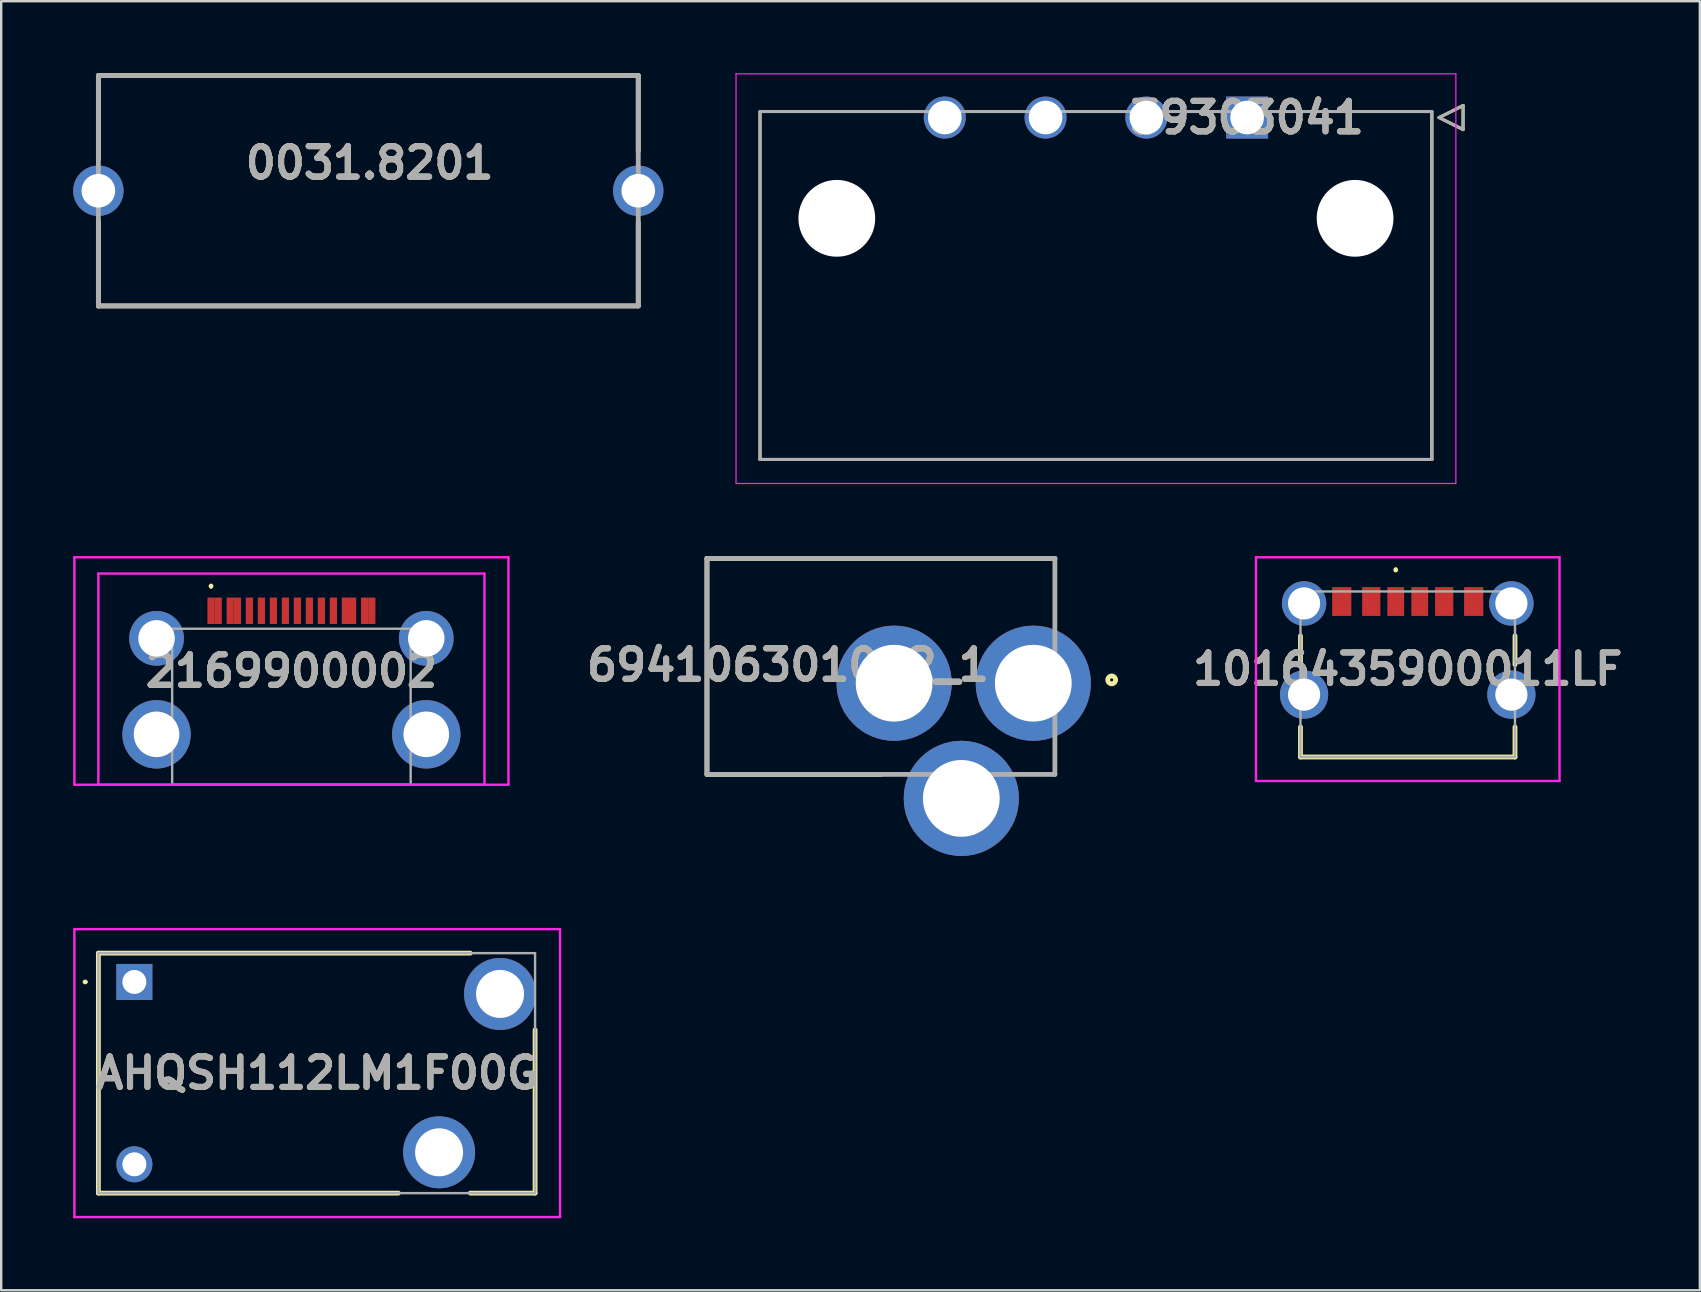
<source format=kicad_pcb>
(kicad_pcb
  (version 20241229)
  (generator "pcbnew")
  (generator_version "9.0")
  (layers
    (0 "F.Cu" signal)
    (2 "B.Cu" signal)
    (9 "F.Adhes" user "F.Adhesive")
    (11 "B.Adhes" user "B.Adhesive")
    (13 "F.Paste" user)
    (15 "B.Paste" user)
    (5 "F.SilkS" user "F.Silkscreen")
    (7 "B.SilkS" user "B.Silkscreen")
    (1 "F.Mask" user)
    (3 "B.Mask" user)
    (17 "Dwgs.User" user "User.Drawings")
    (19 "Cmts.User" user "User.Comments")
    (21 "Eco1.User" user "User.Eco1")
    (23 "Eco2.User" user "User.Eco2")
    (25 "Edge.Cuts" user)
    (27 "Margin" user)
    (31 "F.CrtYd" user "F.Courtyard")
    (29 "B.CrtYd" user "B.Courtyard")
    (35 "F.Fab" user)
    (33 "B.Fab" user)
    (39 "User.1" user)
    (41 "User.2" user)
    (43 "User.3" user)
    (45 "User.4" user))
  (footprint "AHQSH112LM1F00G"
    (layer "F.Cu")
    (at 2.55 37.874)
    (property "Reference" "AHQSH112LM1F00G" (at 7.62 3.8 0) (layer "F.SilkS") (effects (font (size 1.27 1.27) (thickness 0.254))))
    (attr through_hole)
    (fp_line (start -2.1 0) (end -2.1 0) (stroke (width 0.1) (type solid)) (layer "F.SilkS"))
    (fp_line (start -2 0) (end -2 0) (stroke (width 0.1) (type solid)) (layer "F.SilkS"))
    (fp_line (start -1.5 -1.2) (end 14 -1.2) (stroke (width 0.2) (type solid)) (layer "F.SilkS"))
    (fp_line (start -1.5 8.8) (end -1.5 -1.2) (stroke (width 0.2) (type solid)) (layer "F.SilkS"))
    (fp_line (start 11 8.8) (end -1.5 8.8) (stroke (width 0.2) (type solid)) (layer "F.SilkS"))
    (fp_line (start 14 8.8) (end 16.7 8.8) (stroke (width 0.2) (type solid)) (layer "F.SilkS"))
    (fp_line (start 16.7 8.8) (end 16.7 2) (stroke (width 0.2) (type solid)) (layer "F.SilkS"))
    (fp_arc (start -2.1 0) (mid -2.05 -0.05) (end -2 0) (stroke (width 0.1) (type solid)) (layer "F.SilkS"))
    (fp_arc (start -2 0) (mid -2.05 0.05) (end -2.1 0) (stroke (width 0.1) (type solid)) (layer "F.SilkS"))
    (fp_line (start -2.5 -2.2) (end -2.5 9.8) (stroke (width 0.1) (type solid)) (layer "F.CrtYd"))
    (fp_line (start -2.5 9.8) (end 17.74 9.8) (stroke (width 0.1) (type solid)) (layer "F.CrtYd"))
    (fp_line (start 17.74 -2.2) (end -2.5 -2.2) (stroke (width 0.1) (type solid)) (layer "F.CrtYd"))
    (fp_line (start 17.74 9.8) (end 17.74 -2.2) (stroke (width 0.1) (type solid)) (layer "F.CrtYd"))
    (fp_line (start -1.5 -1.2) (end -1.5 8.8) (stroke (width 0.1) (type solid)) (layer "F.Fab"))
    (fp_line (start -1.5 8.8) (end 16.7 8.8) (stroke (width 0.1) (type solid)) (layer "F.Fab"))
    (fp_line (start 16.7 -1.2) (end -1.5 -1.2) (stroke (width 0.1) (type solid)) (layer "F.Fab"))
    (fp_line (start 16.7 8.8) (end 16.7 -1.2) (stroke (width 0.1) (type solid)) (layer "F.Fab"))
    (fp_text user "${REFERENCE}" (at 7.62 3.8 0) (layer "F.Fab") (effects (font (size 1.27 1.27) (thickness 0.254))))
    (pad "1" thru_hole rect (at 0 0) (size 1.5 1.5) (drill 1) (layers "*.Cu" "*.Mask"))
    (pad "2" thru_hole circle (at 0 7.6) (size 1.5 1.5) (drill 1) (layers "*.Cu" "*.Mask"))
    (pad "3" thru_hole circle (at 12.7 7.1) (size 3 3) (drill 2) (layers "*.Cu" "*.Mask"))
    (pad "4" thru_hole circle (at 15.24 0.5) (size 3 3) (drill 2) (layers "*.Cu" "*.Mask")))
  (footprint "2169900002"
    (layer "F.Cu")
    (at 9.095 25.254)
    (property "Reference" "2169900002" (at 0 -0.34 0) (layer "F.SilkS") (effects (font (size 1.27 1.27) (thickness 0.254))))
    (attr through_hole)
    (fp_line (start -3.35 -3.925) (end -3.35 -3.925) (stroke (width 0.1) (type solid)) (layer "F.SilkS"))
    (fp_line (start -3.35 -3.825) (end -3.35 -3.825) (stroke (width 0.1) (type solid)) (layer "F.SilkS"))
    (fp_arc (start -3.35 -3.925) (mid -3.3 -3.875) (end -3.35 -3.825) (stroke (width 0.1) (type solid)) (layer "F.SilkS"))
    (fp_arc (start -3.35 -3.825) (mid -3.4 -3.875) (end -3.35 -3.925) (stroke (width 0.1) (type solid)) (layer "F.SilkS"))
    (fp_line (start -9.045 -5.08) (end 9.045 -5.08) (stroke (width 0.1) (type solid)) (layer "F.CrtYd"))
    (fp_line (start -9.045 4.4) (end -9.045 -5.08) (stroke (width 0.1) (type solid)) (layer "F.CrtYd"))
    (fp_line (start -8.045 -4.4) (end 8.045 -4.4) (stroke (width 0.1) (type solid)) (layer "F.CrtYd"))
    (fp_line (start -8.045 4.4) (end -8.045 -4.4) (stroke (width 0.1) (type solid)) (layer "F.CrtYd"))
    (fp_line (start 8.045 -4.4) (end 8.045 4.4) (stroke (width 0.1) (type solid)) (layer "F.CrtYd"))
    (fp_line (start 8.045 4.4) (end -8.045 4.4) (stroke (width 0.1) (type solid)) (layer "F.CrtYd"))
    (fp_line (start 9.045 -5.08) (end 9.045 4.4) (stroke (width 0.1) (type solid)) (layer "F.CrtYd"))
    (fp_line (start 9.045 4.4) (end -9.045 4.4) (stroke (width 0.1) (type solid)) (layer "F.CrtYd"))
    (fp_line (start -4.97 -2.1) (end -4.97 4.4) (stroke (width 0.1) (type solid)) (layer "F.Fab"))
    (fp_line (start -4.97 4.4) (end 4.97 4.4) (stroke (width 0.1) (type solid)) (layer "F.Fab"))
    (fp_line (start 4.97 -2.1) (end -4.97 -2.1) (stroke (width 0.1) (type solid)) (layer "F.Fab"))
    (fp_line (start 4.97 4.4) (end 4.97 -2.1) (stroke (width 0.1) (type solid)) (layer "F.Fab"))
    (fp_text user "${REFERENCE}" (at 0 -0.34 0) (layer "F.Fab") (effects (font (size 1.27 1.27) (thickness 0.254))))
    (pad "A1" smd rect (at -3.35 -2.85) (size 0.3 1.1) (layers "F.Cu" "F.Mask" "F.Paste"))
    (pad "A4" smd rect (at -2.55 -2.85) (size 0.3 1.1) (layers "F.Cu" "F.Mask" "F.Paste"))
    (pad "A5" smd rect (at -1.25 -2.85) (size 0.3 1.1) (layers "F.Cu" "F.Mask" "F.Paste"))
    (pad "A6" smd rect (at -0.25 -2.85) (size 0.3 1.1) (layers "F.Cu" "F.Mask" "F.Paste"))
    (pad "A7" smd rect (at 0.25 -2.85) (size 0.3 1.1) (layers "F.Cu" "F.Mask" "F.Paste"))
    (pad "A8" smd rect (at 1.25 -2.85) (size 0.3 1.1) (layers "F.Cu" "F.Mask" "F.Paste"))
    (pad "A9" smd rect (at 2.55 -2.85) (size 0.3 1.1) (layers "F.Cu" "F.Mask" "F.Paste"))
    (pad "A12" smd rect (at 3.35 -2.85) (size 0.3 1.1) (layers "F.Cu" "F.Mask" "F.Paste"))
    (pad "B1" smd rect (at 3.05 -2.85) (size 0.3 1.1) (layers "F.Cu" "F.Mask" "F.Paste"))
    (pad "B4" smd rect (at 2.25 -2.85) (size 0.3 1.1) (layers "F.Cu" "F.Mask" "F.Paste"))
    (pad "B5" smd rect (at 1.75 -2.85) (size 0.3 1.1) (layers "F.Cu" "F.Mask" "F.Paste"))
    (pad "B6" smd rect (at 0.75 -2.85) (size 0.3 1.1) (layers "F.Cu" "F.Mask" "F.Paste"))
    (pad "B7" smd rect (at -0.75 -2.85) (size 0.3 1.1) (layers "F.Cu" "F.Mask" "F.Paste"))
    (pad "B8" smd rect (at -1.75 -2.85) (size 0.3 1.1) (layers "F.Cu" "F.Mask" "F.Paste"))
    (pad "B9" smd rect (at -2.25 -2.85) (size 0.3 1.1) (layers "F.Cu" "F.Mask" "F.Paste"))
    (pad "B12" smd rect (at -3.05 -2.85) (size 0.3 1.1) (layers "F.Cu" "F.Mask" "F.Paste"))
    (pad "MH1" thru_hole circle (at -5.62 -1.7) (size 2.28 2.28) (drill 1.52) (layers "*.Cu" "*.Mask"))
    (pad "MH2" thru_hole circle (at 5.62 -1.7) (size 2.28 2.28) (drill 1.52) (layers "*.Cu" "*.Mask"))
    (pad "MH3" thru_hole circle (at 5.62 2.3) (size 2.85 2.85) (drill 1.9) (layers "*.Cu" "*.Mask"))
    (pad "MH4" thru_hole circle (at -5.62 2.3) (size 2.85 2.85) (drill 1.9) (layers "*.Cu" "*.Mask")))
  (footprint "694106301002_1"
    (layer "F.Cu")
    (at 26.414 29.224)
    (property "Reference" "694106301002_1" (at 3.376 -4.559 0) (layer "F.SilkS") (effects (font (size 1.27 1.27) (thickness 0.254))))
    (attr through_hole)
    (fp_line (start 0 -9) (end 14.5 -9) (stroke (width 0.2) (type solid)) (layer "F.SilkS"))
    (fp_line (start 0 0) (end 0 -9) (stroke (width 0.2) (type solid)) (layer "F.SilkS"))
    (fp_line (start 7.25 0) (end 0 0) (stroke (width 0.2) (type solid)) (layer "F.SilkS"))
    (fp_circle (center 16.867 -3.939) (end 16.867 -3.875) (stroke (width 0.2) (type solid)) (fill no) (layer "F.SilkS"))
    (fp_line (start 0 -9) (end 14.5 -9) (stroke (width 0.2) (type solid)) (layer "F.Fab"))
    (fp_line (start 0 0) (end 0 -9) (stroke (width 0.2) (type solid)) (layer "F.Fab"))
    (fp_line (start 14.5 -9) (end 14.5 0) (stroke (width 0.2) (type solid)) (layer "F.Fab"))
    (fp_line (start 14.5 0) (end 0 0) (stroke (width 0.2) (type solid)) (layer "F.Fab"))
    (fp_text user "${REFERENCE}" (at 3.376 -4.559 0) (layer "F.Fab") (effects (font (size 1.27 1.27) (thickness 0.254))))
    (pad "1" thru_hole circle (at 13.6 -3.8) (size 4.8 4.8) (drill 3.2) (layers "*.Cu" "*.Mask"))
    (pad "2" thru_hole circle (at 7.8 -3.8) (size 4.8 4.8) (drill 3.2) (layers "*.Cu" "*.Mask"))
    (pad "3" thru_hole circle (at 10.6 1) (size 4.8 4.8) (drill 3.2) (layers "*.Cu" "*.Mask")))
  (footprint "0031.8201"
    (layer "F.Cu")
    (at 12.3 4.9)
    (property "Reference" "0031.8201" (at 0.053 -1.164 0) (layer "F.SilkS") (effects (font (size 1.27 1.27) (thickness 0.254))))
    (attr through_hole)
    (fp_line (start -11.25 -4.8) (end -11.25 -1.309) (stroke (width 0.2) (type solid)) (layer "F.SilkS"))
    (fp_line (start -11.25 -4.8) (end 11.25 -4.8) (stroke (width 0.2) (type solid)) (layer "F.SilkS"))
    (fp_line (start -11.25 4.8) (end -11.25 1.26) (stroke (width 0.2) (type solid)) (layer "F.SilkS"))
    (fp_line (start 11.25 -4.8) (end 11.25 -1.649) (stroke (width 0.2) (type solid)) (layer "F.SilkS"))
    (fp_line (start 11.25 4.8) (end -11.25 4.8) (stroke (width 0.2) (type solid)) (layer "F.SilkS"))
    (fp_line (start 11.25 4.8) (end 11.25 1.308) (stroke (width 0.2) (type solid)) (layer "F.SilkS"))
    (fp_line (start -11.25 -4.8) (end 11.25 -4.8) (stroke (width 0.2) (type solid)) (layer "F.Fab"))
    (fp_line (start -11.25 4.8) (end -11.25 -4.8) (stroke (width 0.2) (type solid)) (layer "F.Fab"))
    (fp_line (start 11.25 -4.8) (end 11.25 4.8) (stroke (width 0.2) (type solid)) (layer "F.Fab"))
    (fp_line (start 11.25 4.8) (end -11.25 4.8) (stroke (width 0.2) (type solid)) (layer "F.Fab"))
    (fp_text user "${REFERENCE}" (at 0.053 -1.164 0) (layer "F.Fab") (effects (font (size 1.27 1.27) (thickness 0.254))))
    (pad "1" thru_hole circle (at -11.25 0) (size 2.1 2.1) (drill 1.4) (layers "*.Cu" "*.Mask"))
    (pad "2" thru_hole circle (at 11.25 0) (size 2.1 2.1) (drill 1.4) (layers "*.Cu" "*.Mask")))
  (footprint "1016435900011LF"
    (layer "F.Cu")
    (at 55.619 25.049)
    (property "Reference" "1016435900011LF" (at 0 -0.212 0) (layer "F.SilkS") (effects (font (size 1.27 1.27) (thickness 0.254))))
    (attr through_hole)
    (fp_line (start -4.47 -1.6) (end -4.47 -0.4) (stroke (width 0.2) (type solid)) (layer "F.SilkS"))
    (fp_line (start -4.47 2.2) (end -4.47 3.45) (stroke (width 0.2) (type solid)) (layer "F.SilkS"))
    (fp_line (start -4.47 3.45) (end 4.47 3.45) (stroke (width 0.2) (type solid)) (layer "F.SilkS"))
    (fp_line (start -0.5 -4.4) (end -0.5 -4.4) (stroke (width 0.1) (type solid)) (layer "F.SilkS"))
    (fp_line (start -0.5 -4.3) (end -0.5 -4.3) (stroke (width 0.1) (type solid)) (layer "F.SilkS"))
    (fp_line (start 4.47 -1.6) (end 4.47 -0.4) (stroke (width 0.2) (type solid)) (layer "F.SilkS"))
    (fp_line (start 4.47 3.45) (end 4.47 2.2) (stroke (width 0.2) (type solid)) (layer "F.SilkS"))
    (fp_arc (start -0.5 -4.4) (mid -0.45 -4.35) (end -0.5 -4.3) (stroke (width 0.1) (type solid)) (layer "F.SilkS"))
    (fp_arc (start -0.5 -4.3) (mid -0.55 -4.35) (end -0.5 -4.4) (stroke (width 0.1) (type solid)) (layer "F.SilkS"))
    (fp_line (start -6.325 -4.875) (end 6.325 -4.875) (stroke (width 0.1) (type solid)) (layer "F.CrtYd"))
    (fp_line (start -6.325 4.45) (end -6.325 -4.875) (stroke (width 0.1) (type solid)) (layer "F.CrtYd"))
    (fp_line (start 6.325 -4.875) (end 6.325 4.45) (stroke (width 0.1) (type solid)) (layer "F.CrtYd"))
    (fp_line (start 6.325 4.45) (end -6.325 4.45) (stroke (width 0.1) (type solid)) (layer "F.CrtYd"))
    (fp_line (start -4.47 -3.45) (end -4.47 3.45) (stroke (width 0.1) (type solid)) (layer "F.Fab"))
    (fp_line (start -4.47 3.45) (end 4.47 3.45) (stroke (width 0.1) (type solid)) (layer "F.Fab"))
    (fp_line (start 4.47 -3.45) (end -4.47 -3.45) (stroke (width 0.1) (type solid)) (layer "F.Fab"))
    (fp_line (start 4.47 3.45) (end 4.47 -3.45) (stroke (width 0.1) (type solid)) (layer "F.Fab"))
    (fp_text user "${REFERENCE}" (at 0 -0.212 0) (layer "F.Fab") (effects (font (size 1.27 1.27) (thickness 0.254))))
    (pad "A5" smd rect (at -0.5 -3.03) (size 0.7 1.2) (layers "F.Cu" "F.Mask" "F.Paste"))
    (pad "A9" smd rect (at 1.52 -3.03) (size 0.76 1.2) (layers "F.Cu" "F.Mask" "F.Paste"))
    (pad "A12" smd rect (at 2.75 -3.03) (size 0.8 1.2) (layers "F.Cu" "F.Mask" "F.Paste"))
    (pad "B5" smd rect (at 0.5 -3.03) (size 0.7 1.2) (layers "F.Cu" "F.Mask" "F.Paste"))
    (pad "B9" smd rect (at -1.52 -3.03) (size 0.76 1.2) (layers "F.Cu" "F.Mask" "F.Paste"))
    (pad "B12" smd rect (at -2.75 -3.03) (size 0.8 1.2) (layers "F.Cu" "F.Mask" "F.Paste"))
    (pad "MH1" thru_hole circle (at -4.32 -2.95) (size 1.85 1.85) (drill 1.34) (layers "*.Cu" "*.Mask"))
    (pad "MH2" thru_hole circle (at 4.32 -2.95) (size 1.85 1.85) (drill 1.34) (layers "*.Cu" "*.Mask"))
    (pad "MH3" thru_hole circle (at -4.32 0.85) (size 2.01 2.01) (drill 1.34) (layers "*.Cu" "*.Mask"))
    (pad "MH4" thru_hole circle (at 4.32 0.85) (size 2.01 2.01) (drill 1.34) (layers "*.Cu" "*.Mask")))
  (footprint "39303041"
    (layer "F.Cu")
    (at 48.925 1.849)
    (property "Reference" "39303041" (at 0 0 0) (layer "F.SilkS") (effects (font (size 1.27 1.27) (thickness 0.254))))
    (attr through_hole)
    (fp_line (start -20.3 14.25) (end -20.3 -0.25) (stroke (width 0.127) (type solid)) (layer "F.SilkS"))
    (fp_line (start 7.7 -0.25) (end 7.7 14.25) (stroke (width 0.127) (type solid)) (layer "F.SilkS"))
    (fp_line (start 7.7 14.25) (end -20.3 14.25) (stroke (width 0.127) (type solid)) (layer "F.SilkS"))
    (fp_line (start 8 0) (end 9 -0.5) (stroke (width 0.127) (type solid)) (layer "F.SilkS"))
    (fp_line (start 9 -0.5) (end 9 0.5) (stroke (width 0.127) (type solid)) (layer "F.SilkS"))
    (fp_line (start 9 0.5) (end 8 0) (stroke (width 0.127) (type solid)) (layer "F.SilkS"))
    (fp_line (start -21.3 -1.824) (end 8.7 -1.824) (stroke (width 0.05) (type solid)) (layer "F.CrtYd"))
    (fp_line (start -21.3 15.25) (end -21.3 -1.824) (stroke (width 0.05) (type solid)) (layer "F.CrtYd"))
    (fp_line (start 8.7 -1.824) (end 8.7 15.25) (stroke (width 0.05) (type solid)) (layer "F.CrtYd"))
    (fp_line (start 8.7 15.25) (end -21.3 15.25) (stroke (width 0.05) (type solid)) (layer "F.CrtYd"))
    (fp_line (start -20.3 -0.25) (end 7.7 -0.25) (stroke (width 0.127) (type solid)) (layer "F.Fab"))
    (fp_line (start -20.3 14.25) (end -20.3 -0.25) (stroke (width 0.127) (type solid)) (layer "F.Fab"))
    (fp_line (start 7.7 -0.25) (end 7.7 14.25) (stroke (width 0.127) (type solid)) (layer "F.Fab"))
    (fp_line (start 7.7 14.25) (end -20.3 14.25) (stroke (width 0.127) (type solid)) (layer "F.Fab"))
    (fp_line (start 8 0) (end 9 -0.5) (stroke (width 0.127) (type solid)) (layer "F.Fab"))
    (fp_line (start 9 -0.5) (end 9 0.5) (stroke (width 0.127) (type solid)) (layer "F.Fab"))
    (fp_line (start 9 0.5) (end 8 0) (stroke (width 0.127) (type solid)) (layer "F.Fab"))
    (fp_text user "${REFERENCE}" (at 0 0 0) (layer "F.Fab") (effects (font (size 1.27 1.27) (thickness 0.254))))
    (pad "" np_thru_hole circle (at -17.1 4.2) (size 3.2 3.2) (drill 3.2) (layers "*.Cu" "*.Mask"))
    (pad "" np_thru_hole circle (at 4.5 4.2) (size 3.2 3.2) (drill 3.2) (layers "*.Cu" "*.Mask"))
    (pad "1" thru_hole rect (at 0 0) (size 1.75 1.75) (drill 1.4) (layers "*.Cu" "*.Mask"))
    (pad "2" thru_hole circle (at -4.2 0) (size 1.75 1.75) (drill 1.4) (layers "*.Cu" "*.Mask"))
    (pad "3" thru_hole circle (at -8.4 0) (size 1.75 1.75) (drill 1.4) (layers "*.Cu" "*.Mask"))
    (pad "4" thru_hole circle (at -12.6 0) (size 1.75 1.75) (drill 1.4) (layers "*.Cu" "*.Mask")))
  (gr_rect
    (start -3 -3)
    (end 67.793 50.724)
    (stroke (width 0.1) (type default))
    (fill no)
    (layer "Edge.Cuts")))
</source>
